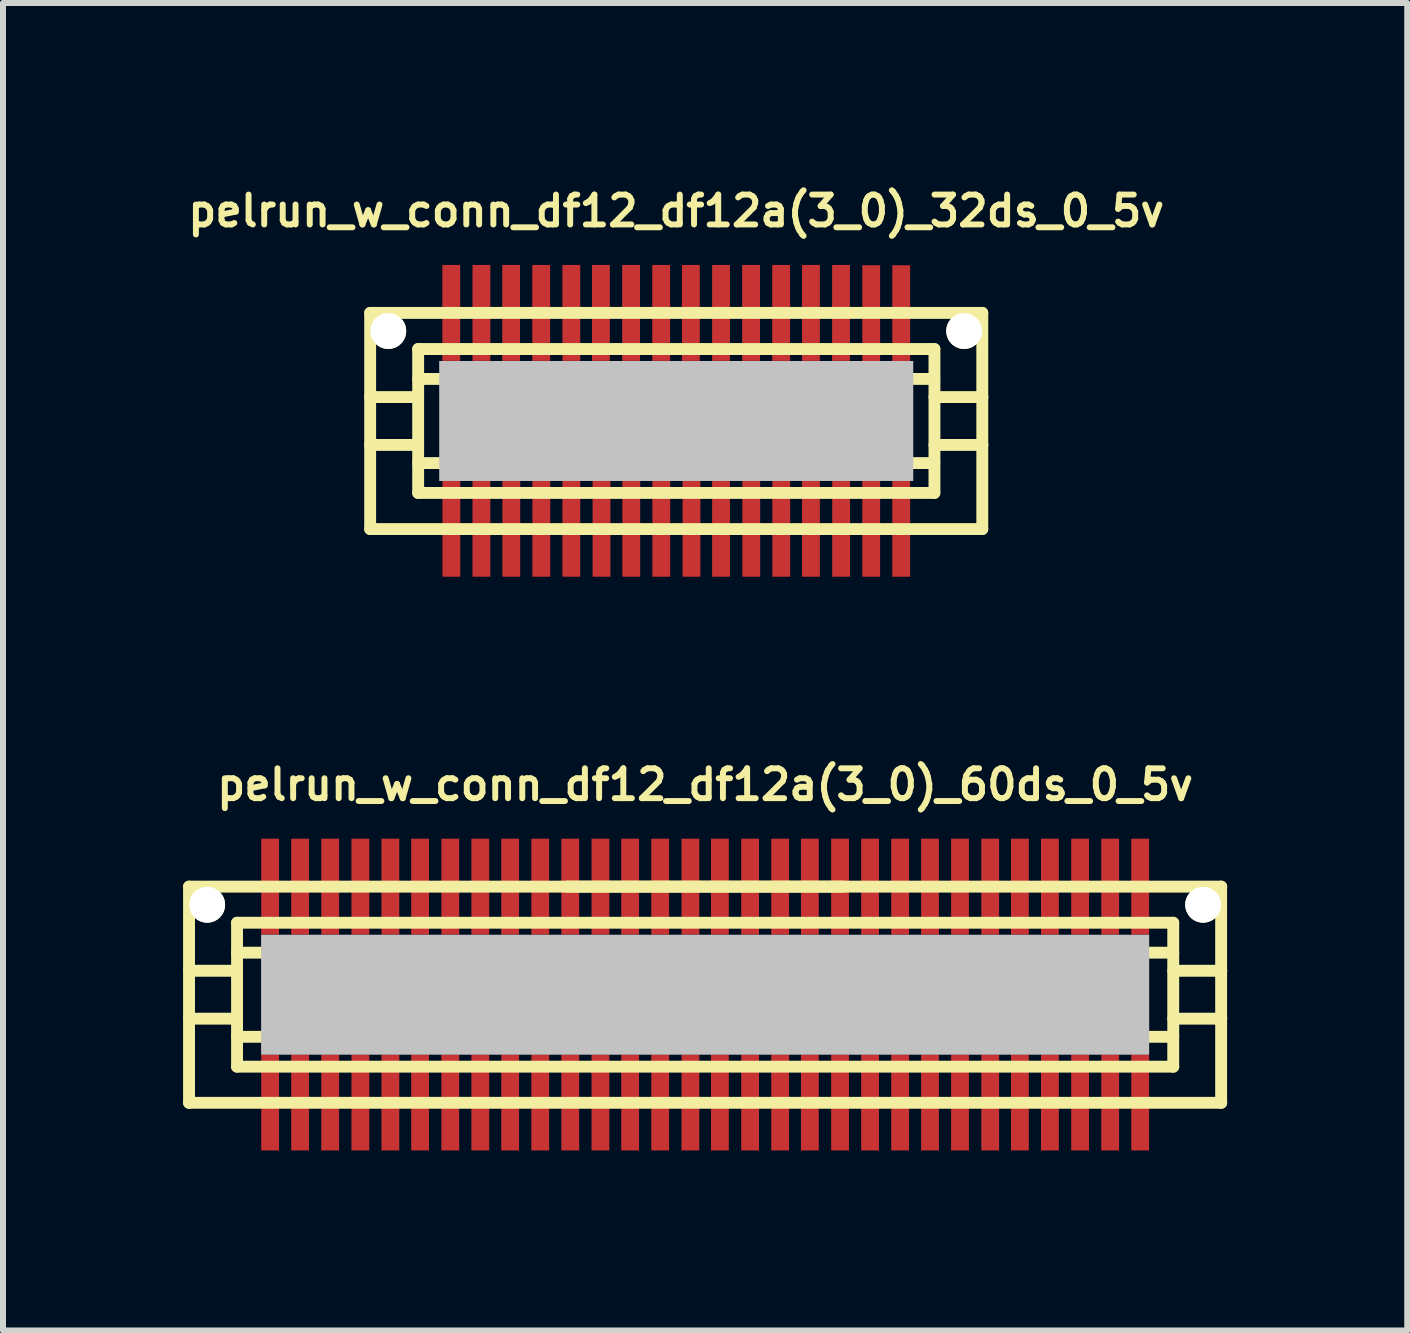
<source format=kicad_pcb>
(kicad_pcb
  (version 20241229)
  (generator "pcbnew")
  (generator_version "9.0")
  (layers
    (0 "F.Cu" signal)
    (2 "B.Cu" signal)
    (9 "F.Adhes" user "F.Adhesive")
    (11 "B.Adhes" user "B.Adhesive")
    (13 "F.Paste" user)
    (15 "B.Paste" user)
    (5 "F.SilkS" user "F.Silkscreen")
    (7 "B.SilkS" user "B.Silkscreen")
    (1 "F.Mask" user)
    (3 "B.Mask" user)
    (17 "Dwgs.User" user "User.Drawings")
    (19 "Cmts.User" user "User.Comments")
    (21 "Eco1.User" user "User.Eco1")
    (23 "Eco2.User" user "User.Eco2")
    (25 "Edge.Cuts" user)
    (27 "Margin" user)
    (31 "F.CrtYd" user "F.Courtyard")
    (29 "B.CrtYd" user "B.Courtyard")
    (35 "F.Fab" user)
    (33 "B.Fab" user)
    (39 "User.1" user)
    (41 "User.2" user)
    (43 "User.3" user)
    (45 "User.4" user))
  (footprint "pelrun_w_conn_df12_df12a(3_0)_60ds_0_5v"
    (layer "F.Cu")
    (at 8.7 13.525)
    (property "Reference" "pelrun_w_conn_df12_df12a(3_0)_60ds_0_5v" (at 0 -3.5 0) (layer "F.SilkS") (effects (font (size 0.498 0.498) (thickness 0.099))))
    (attr through_hole)
    (fp_line (start -8.6 -1.801) (end 8.6 -1.801) (stroke (width 0.198) (type solid)) (layer "F.SilkS"))
    (fp_line (start -8.6 1.801) (end -8.6 -1.801) (stroke (width 0.198) (type solid)) (layer "F.SilkS"))
    (fp_line (start -8.6 1.801) (end 8.6 1.801) (stroke (width 0.198) (type solid)) (layer "F.SilkS"))
    (fp_line (start -7.8 -0.701) (end 7.8 -0.701) (stroke (width 0.198) (type solid)) (layer "F.SilkS"))
    (fp_line (start -7.8 -0.399) (end -8.6 -0.399) (stroke (width 0.198) (type solid)) (layer "F.SilkS"))
    (fp_line (start -7.8 0.399) (end -8.6 0.399) (stroke (width 0.198) (type solid)) (layer "F.SilkS"))
    (fp_line (start -7.8 0.701) (end 7.8 0.701) (stroke (width 0.198) (type solid)) (layer "F.SilkS"))
    (fp_line (start -7.8 1.199) (end -7.8 -1.199) (stroke (width 0.198) (type solid)) (layer "F.SilkS"))
    (fp_line (start -2.301 -1.801) (end 2.301 -1.801) (stroke (width 0.198) (type solid)) (layer "F.SilkS"))
    (fp_line (start 7.8 -1.199) (end -7.8 -1.199) (stroke (width 0.198) (type solid)) (layer "F.SilkS"))
    (fp_line (start 7.8 -1.199) (end 7.8 1.199) (stroke (width 0.198) (type solid)) (layer "F.SilkS"))
    (fp_line (start 7.8 -0.399) (end 8.6 -0.399) (stroke (width 0.198) (type solid)) (layer "F.SilkS"))
    (fp_line (start 7.8 1.199) (end -7.8 1.199) (stroke (width 0.198) (type solid)) (layer "F.SilkS"))
    (fp_line (start 8.598 -1.801) (end 8.598 1.801) (stroke (width 0.198) (type solid)) (layer "F.SilkS"))
    (fp_line (start 8.6 0.399) (end 7.8 0.399) (stroke (width 0.198) (type solid)) (layer "F.SilkS"))
    (pad "" np_thru_hole circle (at -8.298 -1.499) (size 0.597 0.597) (drill 0.597) (layers "*.Cu" "*.Mask" "F.SilkS"))
    (pad "" smd rect (at 0 0) (size 14.798 1.999) (layers "Dwgs.User"))
    (pad "" np_thru_hole circle (at 8.298 -1.499) (size 0.597 0.597) (drill 0.597) (layers "*.Cu" "*.Mask" "F.SilkS"))
    (pad "1" smd rect (at -7.249 1.796) (size 0.297 1.598) (layers "F.Cu" "F.Mask" "F.Paste"))
    (pad "2" smd rect (at -6.749 1.796) (size 0.297 1.598) (layers "F.Cu" "F.Mask" "F.Paste"))
    (pad "3" smd rect (at -6.248 1.796) (size 0.297 1.598) (layers "F.Cu" "F.Mask" "F.Paste"))
    (pad "4" smd rect (at -5.745 1.796) (size 0.297 1.598) (layers "F.Cu" "F.Mask" "F.Paste"))
    (pad "5" smd rect (at -5.245 1.796) (size 0.297 1.598) (layers "F.Cu" "F.Mask" "F.Paste"))
    (pad "6" smd rect (at -4.75 1.796) (size 0.297 1.598) (layers "F.Cu" "F.Mask" "F.Paste"))
    (pad "7" smd rect (at -4.247 1.796) (size 0.297 1.598) (layers "F.Cu" "F.Mask" "F.Paste"))
    (pad "8" smd rect (at -3.747 1.796) (size 0.297 1.598) (layers "F.Cu" "F.Mask" "F.Paste"))
    (pad "9" smd rect (at -3.249 1.796) (size 0.297 1.598) (layers "F.Cu" "F.Mask" "F.Paste"))
    (pad "10" smd rect (at -2.748 1.796) (size 0.297 1.598) (layers "F.Cu" "F.Mask" "F.Paste"))
    (pad "11" smd rect (at -2.248 1.796) (size 0.297 1.598) (layers "F.Cu" "F.Mask" "F.Paste"))
    (pad "12" smd rect (at -1.745 1.796) (size 0.297 1.598) (layers "F.Cu" "F.Mask" "F.Paste"))
    (pad "13" smd rect (at -1.25 1.796) (size 0.297 1.598) (layers "F.Cu" "F.Mask" "F.Paste"))
    (pad "14" smd rect (at -0.749 1.796) (size 0.297 1.598) (layers "F.Cu" "F.Mask" "F.Paste"))
    (pad "15" smd rect (at -0.246 1.796) (size 0.297 1.598) (layers "F.Cu" "F.Mask" "F.Paste"))
    (pad "16" smd rect (at 0.246 1.796) (size 0.297 1.598) (layers "F.Cu" "F.Mask" "F.Paste"))
    (pad "17" smd rect (at 0.749 1.796) (size 0.297 1.598) (layers "F.Cu" "F.Mask" "F.Paste"))
    (pad "18" smd rect (at 1.25 1.796) (size 0.297 1.598) (layers "F.Cu" "F.Mask" "F.Paste"))
    (pad "19" smd rect (at 1.745 1.796) (size 0.297 1.598) (layers "F.Cu" "F.Mask" "F.Paste"))
    (pad "20" smd rect (at 2.248 1.796) (size 0.297 1.598) (layers "F.Cu" "F.Mask" "F.Paste"))
    (pad "21" smd rect (at 2.748 1.796) (size 0.297 1.598) (layers "F.Cu" "F.Mask" "F.Paste"))
    (pad "22" smd rect (at 3.249 1.796) (size 0.297 1.598) (layers "F.Cu" "F.Mask" "F.Paste"))
    (pad "23" smd rect (at 3.747 1.796) (size 0.297 1.598) (layers "F.Cu" "F.Mask" "F.Paste"))
    (pad "24" smd rect (at 4.247 1.796) (size 0.297 1.598) (layers "F.Cu" "F.Mask" "F.Paste"))
    (pad "25" smd rect (at 4.75 1.796) (size 0.297 1.598) (layers "F.Cu" "F.Mask" "F.Paste"))
    (pad "26" smd rect (at 5.245 1.796) (size 0.297 1.598) (layers "F.Cu" "F.Mask" "F.Paste"))
    (pad "27" smd rect (at 5.745 1.796) (size 0.297 1.598) (layers "F.Cu" "F.Mask" "F.Paste"))
    (pad "28" smd rect (at 6.248 1.796) (size 0.297 1.598) (layers "F.Cu" "F.Mask" "F.Paste"))
    (pad "29" smd rect (at 6.749 1.796) (size 0.297 1.598) (layers "F.Cu" "F.Mask" "F.Paste"))
    (pad "30" smd rect (at 7.249 1.796) (size 0.297 1.598) (layers "F.Cu" "F.Mask" "F.Paste"))
    (pad "31" smd rect (at 7.249 -1.801) (size 0.297 1.598) (layers "F.Cu" "F.Mask" "F.Paste"))
    (pad "32" smd rect (at 6.749 -1.801) (size 0.297 1.598) (layers "F.Cu" "F.Mask" "F.Paste"))
    (pad "33" smd rect (at 6.248 -1.801) (size 0.297 1.598) (layers "F.Cu" "F.Mask" "F.Paste"))
    (pad "34" smd rect (at 5.745 -1.801) (size 0.297 1.598) (layers "F.Cu" "F.Mask" "F.Paste"))
    (pad "35" smd rect (at 5.245 -1.801) (size 0.297 1.598) (layers "F.Cu" "F.Mask" "F.Paste"))
    (pad "36" smd rect (at 4.75 -1.801) (size 0.297 1.598) (layers "F.Cu" "F.Mask" "F.Paste"))
    (pad "37" smd rect (at 4.247 -1.801) (size 0.297 1.598) (layers "F.Cu" "F.Mask" "F.Paste"))
    (pad "38" smd rect (at 3.747 -1.801) (size 0.297 1.598) (layers "F.Cu" "F.Mask" "F.Paste"))
    (pad "39" smd rect (at 3.249 -1.801) (size 0.297 1.598) (layers "F.Cu" "F.Mask" "F.Paste"))
    (pad "40" smd rect (at 2.748 -1.801) (size 0.297 1.598) (layers "F.Cu" "F.Mask" "F.Paste"))
    (pad "41" smd rect (at 2.248 -1.801) (size 0.297 1.598) (layers "F.Cu" "F.Mask" "F.Paste"))
    (pad "42" smd rect (at 1.745 -1.801) (size 0.297 1.598) (layers "F.Cu" "F.Mask" "F.Paste"))
    (pad "43" smd rect (at 1.25 -1.801) (size 0.297 1.598) (layers "F.Cu" "F.Mask" "F.Paste"))
    (pad "44" smd rect (at 0.749 -1.801) (size 0.297 1.598) (layers "F.Cu" "F.Mask" "F.Paste"))
    (pad "45" smd rect (at 0.246 -1.801) (size 0.297 1.598) (layers "F.Cu" "F.Mask" "F.Paste"))
    (pad "46" smd rect (at -0.246 -1.801) (size 0.297 1.598) (layers "F.Cu" "F.Mask" "F.Paste"))
    (pad "47" smd rect (at -0.749 -1.801) (size 0.297 1.598) (layers "F.Cu" "F.Mask" "F.Paste"))
    (pad "48" smd rect (at -1.25 -1.801) (size 0.297 1.598) (layers "F.Cu" "F.Mask" "F.Paste"))
    (pad "49" smd rect (at -1.745 -1.801) (size 0.297 1.598) (layers "F.Cu" "F.Mask" "F.Paste"))
    (pad "50" smd rect (at -2.248 -1.801) (size 0.297 1.598) (layers "F.Cu" "F.Mask" "F.Paste"))
    (pad "51" smd rect (at -2.748 -1.801) (size 0.297 1.598) (layers "F.Cu" "F.Mask" "F.Paste"))
    (pad "52" smd rect (at -3.249 -1.801) (size 0.297 1.598) (layers "F.Cu" "F.Mask" "F.Paste"))
    (pad "53" smd rect (at -3.747 -1.801) (size 0.297 1.598) (layers "F.Cu" "F.Mask" "F.Paste"))
    (pad "54" smd rect (at -4.247 -1.801) (size 0.297 1.598) (layers "F.Cu" "F.Mask" "F.Paste"))
    (pad "55" smd rect (at -4.75 -1.801) (size 0.297 1.598) (layers "F.Cu" "F.Mask" "F.Paste"))
    (pad "56" smd rect (at -5.245 -1.801) (size 0.297 1.598) (layers "F.Cu" "F.Mask" "F.Paste"))
    (pad "57" smd rect (at -5.745 -1.801) (size 0.297 1.598) (layers "F.Cu" "F.Mask" "F.Paste"))
    (pad "58" smd rect (at -6.248 -1.801) (size 0.297 1.598) (layers "F.Cu" "F.Mask" "F.Paste"))
    (pad "59" smd rect (at -6.749 -1.801) (size 0.297 1.598) (layers "F.Cu" "F.Mask" "F.Paste"))
    (pad "60" smd rect (at -7.249 -1.801) (size 0.297 1.598) (layers "F.Cu" "F.Mask" "F.Paste")))
  (footprint "pelrun_w_conn_df12_df12a(3_0)_32ds_0_5v"
    (layer "F.Cu")
    (at 8.218 3.965)
    (property "Reference" "pelrun_w_conn_df12_df12a(3_0)_32ds_0_5v" (at 0 -3.5 0) (layer "F.SilkS") (effects (font (size 0.498 0.498) (thickness 0.099))))
    (attr through_hole)
    (fp_line (start -5.1 -1.801) (end 5.1 -1.801) (stroke (width 0.198) (type solid)) (layer "F.SilkS"))
    (fp_line (start -5.1 1.801) (end -5.1 -1.801) (stroke (width 0.198) (type solid)) (layer "F.SilkS"))
    (fp_line (start -4.3 -1.199) (end 4.3 -1.199) (stroke (width 0.198) (type solid)) (layer "F.SilkS"))
    (fp_line (start -4.3 -0.399) (end -5.1 -0.399) (stroke (width 0.198) (type solid)) (layer "F.SilkS"))
    (fp_line (start -4.3 0.399) (end -5.1 0.399) (stroke (width 0.198) (type solid)) (layer "F.SilkS"))
    (fp_line (start -4.3 0.701) (end 4.3 0.701) (stroke (width 0.198) (type solid)) (layer "F.SilkS"))
    (fp_line (start -4.3 1.199) (end -4.3 -1.199) (stroke (width 0.198) (type solid)) (layer "F.SilkS"))
    (fp_line (start 4.3 -0.701) (end -4.3 -0.701) (stroke (width 0.198) (type solid)) (layer "F.SilkS"))
    (fp_line (start 4.3 1.199) (end -4.3 1.199) (stroke (width 0.198) (type solid)) (layer "F.SilkS"))
    (fp_line (start 4.303 -1.199) (end 4.303 1.199) (stroke (width 0.198) (type solid)) (layer "F.SilkS"))
    (fp_line (start 4.303 -0.399) (end 5.103 -0.399) (stroke (width 0.198) (type solid)) (layer "F.SilkS"))
    (fp_line (start 5.1 -1.801) (end 5.1 1.801) (stroke (width 0.198) (type solid)) (layer "F.SilkS"))
    (fp_line (start 5.1 1.801) (end -5.1 1.801) (stroke (width 0.198) (type solid)) (layer "F.SilkS"))
    (fp_line (start 5.103 0.399) (end 4.303 0.399) (stroke (width 0.198) (type solid)) (layer "F.SilkS"))
    (pad "" np_thru_hole circle (at -4.798 -1.499) (size 0.597 0.597) (drill 0.597) (layers "*.Cu" "*.Mask" "F.SilkS"))
    (pad "" smd rect (at 0 0) (size 7.899 1.999) (layers "Dwgs.User"))
    (pad "" np_thru_hole circle (at 4.798 -1.499) (size 0.597 0.597) (drill 0.597) (layers "*.Cu" "*.Mask" "F.SilkS"))
    (pad "1" smd rect (at -3.747 1.796) (size 0.297 1.598) (layers "F.Cu" "F.Mask" "F.Paste"))
    (pad "2" smd rect (at -3.246 1.796) (size 0.297 1.598) (layers "F.Cu" "F.Mask" "F.Paste"))
    (pad "3" smd rect (at -2.748 1.796) (size 0.297 1.598) (layers "F.Cu" "F.Mask" "F.Paste"))
    (pad "4" smd rect (at -2.248 1.796) (size 0.297 1.598) (layers "F.Cu" "F.Mask" "F.Paste"))
    (pad "5" smd rect (at -1.748 1.796) (size 0.297 1.598) (layers "F.Cu" "F.Mask" "F.Paste"))
    (pad "6" smd rect (at -1.245 1.796) (size 0.297 1.598) (layers "F.Cu" "F.Mask" "F.Paste"))
    (pad "7" smd rect (at -0.749 1.796) (size 0.297 1.598) (layers "F.Cu" "F.Mask" "F.Paste"))
    (pad "8" smd rect (at -0.249 1.796) (size 0.297 1.598) (layers "F.Cu" "F.Mask" "F.Paste"))
    (pad "9" smd rect (at 0.254 1.796) (size 0.297 1.598) (layers "F.Cu" "F.Mask" "F.Paste"))
    (pad "10" smd rect (at 0.747 1.796) (size 0.297 1.598) (layers "F.Cu" "F.Mask" "F.Paste"))
    (pad "11" smd rect (at 1.25 1.796) (size 0.297 1.598) (layers "F.Cu" "F.Mask" "F.Paste"))
    (pad "12" smd rect (at 1.75 1.796) (size 0.297 1.598) (layers "F.Cu" "F.Mask" "F.Paste"))
    (pad "13" smd rect (at 2.245 1.796) (size 0.297 1.598) (layers "F.Cu" "F.Mask" "F.Paste"))
    (pad "14" smd rect (at 2.748 1.796) (size 0.297 1.598) (layers "F.Cu" "F.Mask" "F.Paste"))
    (pad "15" smd rect (at 3.249 1.796) (size 0.297 1.598) (layers "F.Cu" "F.Mask" "F.Paste"))
    (pad "16" smd rect (at 3.749 1.796) (size 0.297 1.598) (layers "F.Cu" "F.Mask" "F.Paste"))
    (pad "17" smd rect (at 3.749 -1.796) (size 0.297 1.598) (layers "F.Cu" "F.Mask" "F.Paste"))
    (pad "18" smd rect (at 3.249 -1.796) (size 0.297 1.598) (layers "F.Cu" "F.Mask" "F.Paste"))
    (pad "19" smd rect (at 2.746 -1.801) (size 0.297 1.598) (layers "F.Cu" "F.Mask" "F.Paste"))
    (pad "20" smd rect (at 2.245 -1.801) (size 0.297 1.598) (layers "F.Cu" "F.Mask" "F.Paste"))
    (pad "21" smd rect (at 1.748 -1.801) (size 0.297 1.598) (layers "F.Cu" "F.Mask" "F.Paste"))
    (pad "22" smd rect (at 1.247 -1.801) (size 0.297 1.598) (layers "F.Cu" "F.Mask" "F.Paste"))
    (pad "23" smd rect (at 0.747 -1.801) (size 0.297 1.598) (layers "F.Cu" "F.Mask" "F.Paste"))
    (pad "24" smd rect (at 0.244 -1.801) (size 0.297 1.598) (layers "F.Cu" "F.Mask" "F.Paste"))
    (pad "25" smd rect (at -0.251 -1.801) (size 0.297 1.598) (layers "F.Cu" "F.Mask" "F.Paste"))
    (pad "26" smd rect (at -0.752 -1.801) (size 0.297 1.598) (layers "F.Cu" "F.Mask" "F.Paste"))
    (pad "27" smd rect (at -1.255 -1.801) (size 0.297 1.598) (layers "F.Cu" "F.Mask" "F.Paste"))
    (pad "28" smd rect (at -1.748 -1.801) (size 0.297 1.598) (layers "F.Cu" "F.Mask" "F.Paste"))
    (pad "29" smd rect (at -2.25 -1.801) (size 0.297 1.598) (layers "F.Cu" "F.Mask" "F.Paste"))
    (pad "30" smd rect (at -2.751 -1.801) (size 0.297 1.598) (layers "F.Cu" "F.Mask" "F.Paste"))
    (pad "31" smd rect (at -3.246 -1.801) (size 0.297 1.598) (layers "F.Cu" "F.Mask" "F.Paste"))
    (pad "32" smd rect (at -3.749 -1.801) (size 0.297 1.598) (layers "F.Cu" "F.Mask" "F.Paste")))
  (gr_rect
    (start -3 -3)
    (end 20.399 19.12)
    (stroke (width 0.1) (type default))
    (fill no)
    (layer "Edge.Cuts")))
</source>
